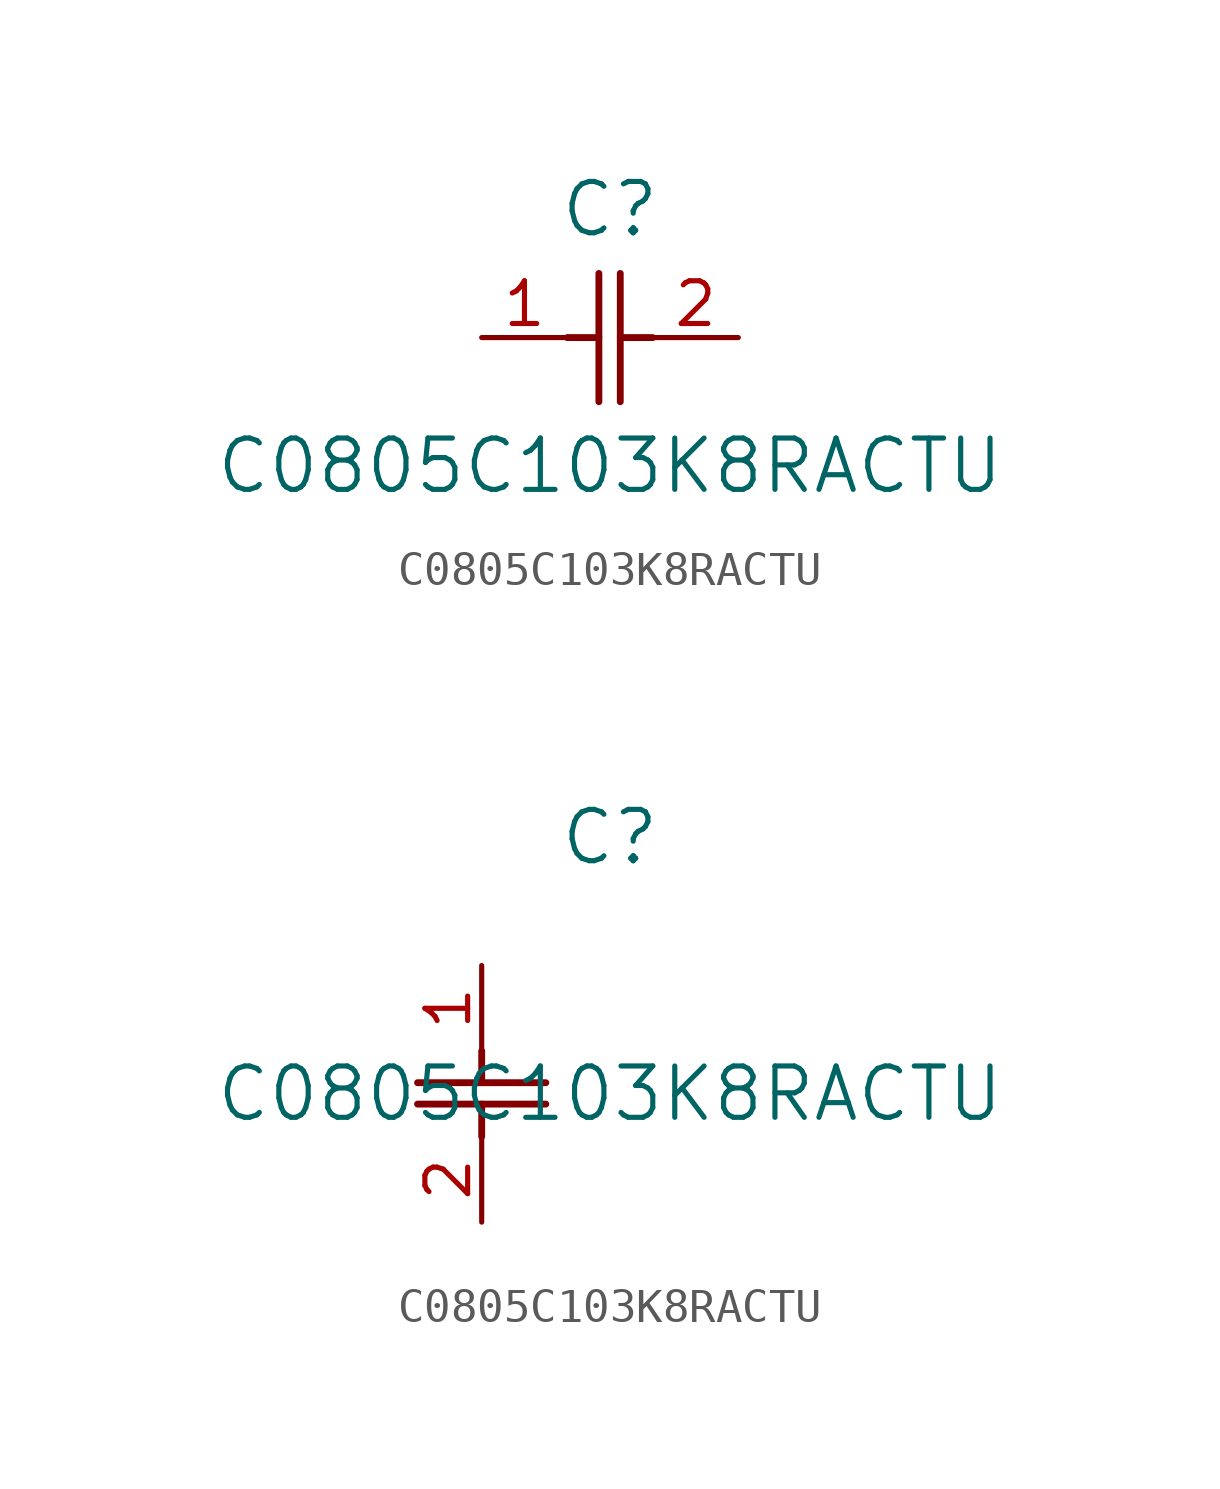
<source format=kicad_sym>
(kicad_symbol_lib
  (version 20211014)
  (generator kicad_symbol_editor)
  (symbol "C0805C103K8RACTU"
    (pin_names
      (offset 0.254))
    (property "Reference" "C"
      (at 3.81 3.81 0)
      (effects (font (size 1.524 1.524))))
    (property "Value" "C0805C103K8RACTU"
      (at 3.81 -3.81 0)
      (effects (font (size 1.524 1.524))))
    (symbol "C0805C103K8RACTU_1_1"
      (polyline (pts (xy 3.48 -1.905) (xy 3.48 1.905)) (stroke (width 0.203) (type default) (color 0 0 0 0)) (fill (type none)))
      (polyline (pts (xy 4.115 -1.905) (xy 4.115 1.905)) (stroke (width 0.203) (type default) (color 0 0 0 0)) (fill (type none)))
      (polyline (pts (xy 4.115 0) (xy 5.08 0)) (stroke (width 0.203) (type default) (color 0 0 0 0)) (fill (type none)))
      (polyline (pts (xy 2.54 0) (xy 3.48 0)) (stroke (width 0.203) (type default) (color 0 0 0 0)) (fill (type none)))
      (pin unspecified line (at 0 0 0) (length 2.54) (name "" (effects (font (size 1.27 1.27)))) (number "1" (effects (font (size 1.27 1.27)))))
      (pin unspecified line (at 7.62 0 180) (length 2.54) (name "" (effects (font (size 1.27 1.27)))) (number "2" (effects (font (size 1.27 1.27))))))
    (symbol "C0805C103K8RACTU_1_2"
      (polyline (pts (xy -1.905 -3.48) (xy 1.905 -3.48)) (stroke (width 0.203) (type default) (color 0 0 0 0)) (fill (type none)))
      (polyline (pts (xy -1.905 -4.115) (xy 1.905 -4.115)) (stroke (width 0.203) (type default) (color 0 0 0 0)) (fill (type none)))
      (polyline (pts (xy 0 -4.115) (xy 0 -5.08)) (stroke (width 0.203) (type default) (color 0 0 0 0)) (fill (type none)))
      (polyline (pts (xy 0 -2.54) (xy 0 -3.48)) (stroke (width 0.203) (type default) (color 0 0 0 0)) (fill (type none)))
      (pin unspecified line (at 0 0 270) (length 2.54) (name "" (effects (font (size 1.27 1.27)))) (number "1" (effects (font (size 1.27 1.27)))))
      (pin unspecified line (at 0 -7.62 90) (length 2.54) (name "" (effects (font (size 1.27 1.27)))) (number "2" (effects (font (size 1.27 1.27))))))))
</source>
